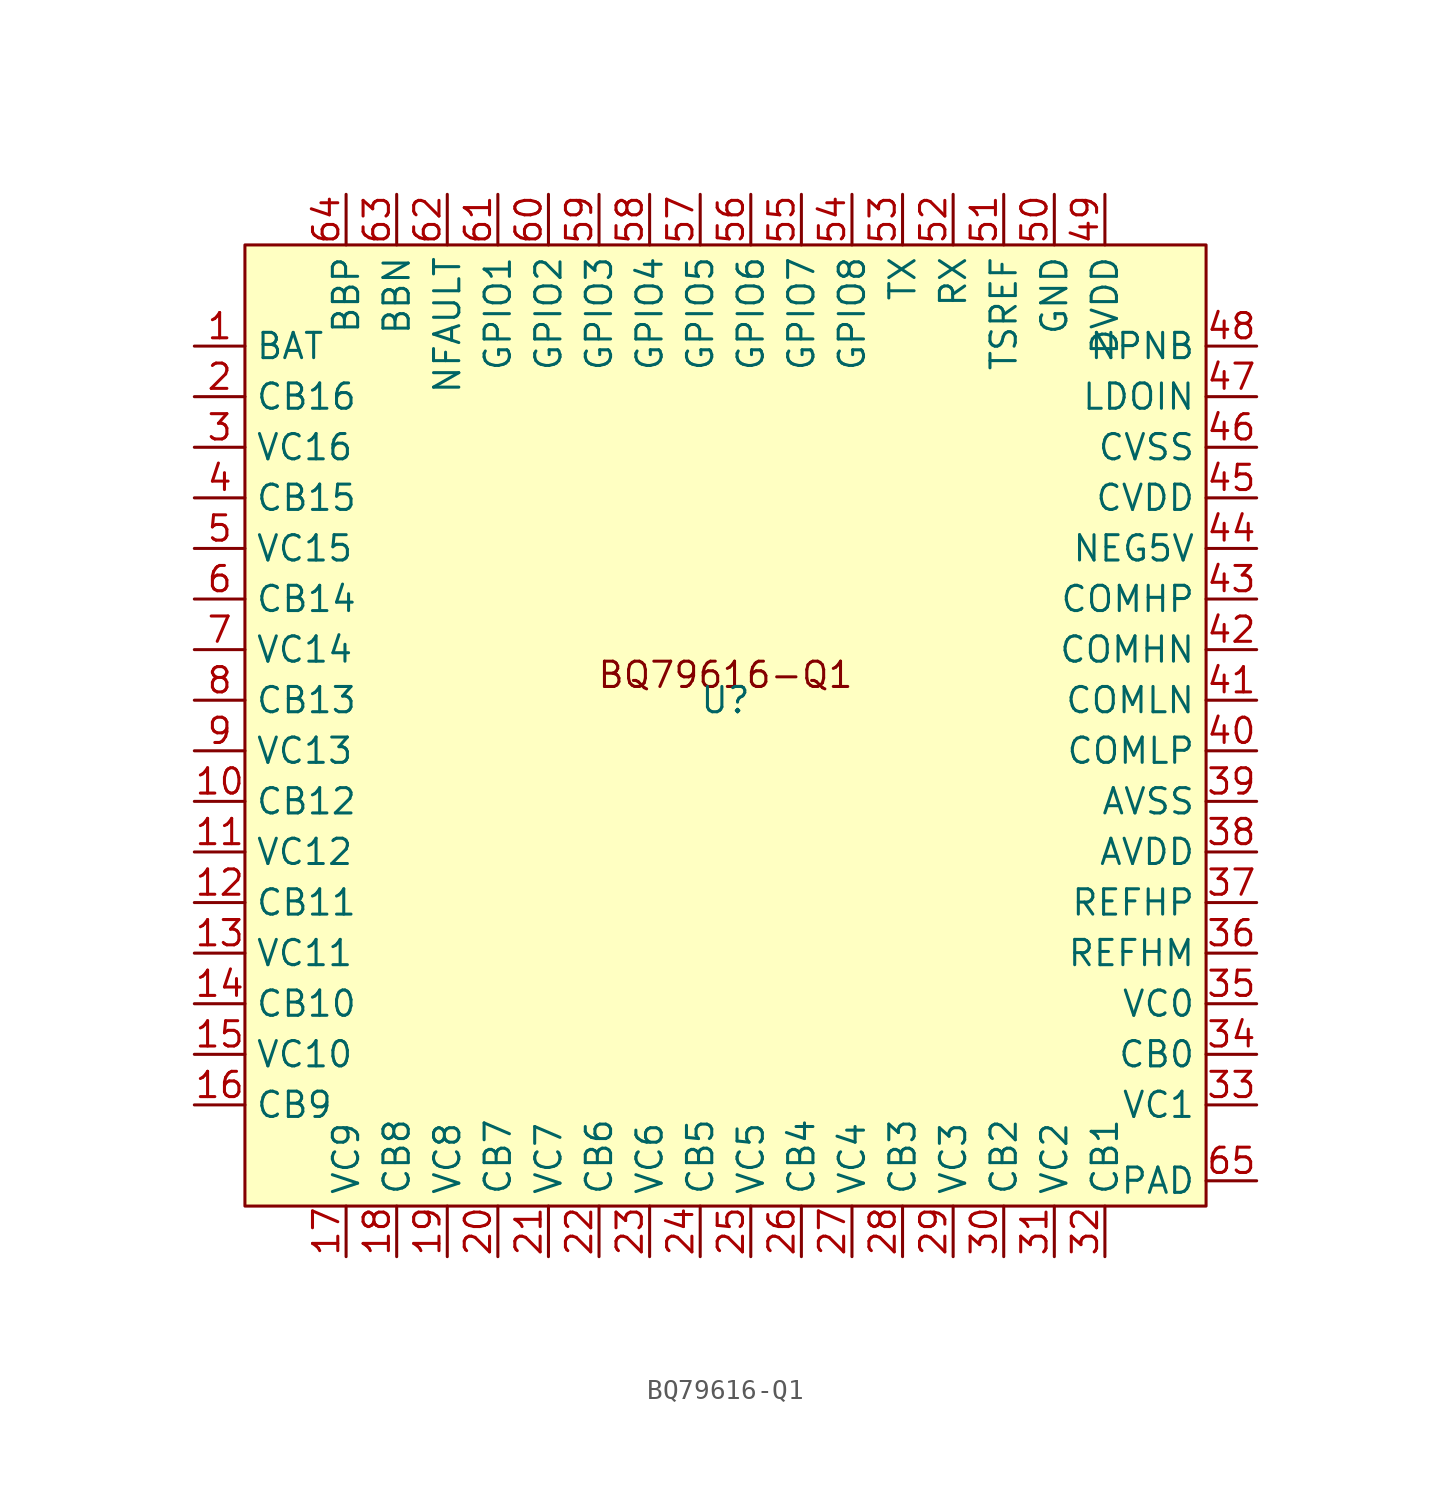
<source format=kicad_sym>
(kicad_symbol_lib
  (version 20220914)
  (generator kicad_symbol_editor)
  (symbol "BQ79616-Q1"
    (property "Reference" "U"
      (at 0 0 0)
      (effects (font (size 1.27 1.27))))
    (property "Value" ""
      (at 0 0 0)
      (effects (font (size 1.27 1.27))))
    (symbol "BQ79616-Q1_1_1"
      (rectangle (start -24.13 22.86) (end 24.13 -25.4) (stroke (width 0) (type default)) (fill (type background)))
      (text "BQ79616-Q1" (at 0 1.27 0) (effects (font (size 1.27 1.27))))
      (pin power_in line (at -26.67 17.78 0) (length 2.54) (name "BAT" (effects (font (size 1.27 1.27)))) (number "1" (effects (font (size 1.27 1.27)))))
      (pin bidirectional line (at -26.67 -5.08 0) (length 2.54) (name "CB12" (effects (font (size 1.27 1.27)))) (number "10" (effects (font (size 1.27 1.27)))))
      (pin input line (at -26.67 -7.62 0) (length 2.54) (name "VC12" (effects (font (size 1.27 1.27)))) (number "11" (effects (font (size 1.27 1.27)))))
      (pin bidirectional line (at -26.67 -10.16 0) (length 2.54) (name "CB11" (effects (font (size 1.27 1.27)))) (number "12" (effects (font (size 1.27 1.27)))))
      (pin input line (at -26.67 -12.7 0) (length 2.54) (name "VC11" (effects (font (size 1.27 1.27)))) (number "13" (effects (font (size 1.27 1.27)))))
      (pin bidirectional line (at -26.67 -15.24 0) (length 2.54) (name "CB10" (effects (font (size 1.27 1.27)))) (number "14" (effects (font (size 1.27 1.27)))))
      (pin input line (at -26.67 -17.78 0) (length 2.54) (name "VC10" (effects (font (size 1.27 1.27)))) (number "15" (effects (font (size 1.27 1.27)))))
      (pin bidirectional line (at -26.67 -20.32 0) (length 2.54) (name "CB9" (effects (font (size 1.27 1.27)))) (number "16" (effects (font (size 1.27 1.27)))))
      (pin input line (at -19.05 -27.94 90) (length 2.54) (name "VC9" (effects (font (size 1.27 1.27)))) (number "17" (effects (font (size 1.27 1.27)))))
      (pin bidirectional line (at -16.51 -27.94 90) (length 2.54) (name "CB8" (effects (font (size 1.27 1.27)))) (number "18" (effects (font (size 1.27 1.27)))))
      (pin input line (at -13.97 -27.94 90) (length 2.54) (name "VC8" (effects (font (size 1.27 1.27)))) (number "19" (effects (font (size 1.27 1.27)))))
      (pin bidirectional line (at -26.67 15.24 0) (length 2.54) (name "CB16" (effects (font (size 1.27 1.27)))) (number "2" (effects (font (size 1.27 1.27)))))
      (pin bidirectional line (at -11.43 -27.94 90) (length 2.54) (name "CB7" (effects (font (size 1.27 1.27)))) (number "20" (effects (font (size 1.27 1.27)))))
      (pin input line (at -8.89 -27.94 90) (length 2.54) (name "VC7" (effects (font (size 1.27 1.27)))) (number "21" (effects (font (size 1.27 1.27)))))
      (pin bidirectional line (at -6.35 -27.94 90) (length 2.54) (name "CB6" (effects (font (size 1.27 1.27)))) (number "22" (effects (font (size 1.27 1.27)))))
      (pin input line (at -3.81 -27.94 90) (length 2.54) (name "VC6" (effects (font (size 1.27 1.27)))) (number "23" (effects (font (size 1.27 1.27)))))
      (pin bidirectional line (at -1.27 -27.94 90) (length 2.54) (name "CB5" (effects (font (size 1.27 1.27)))) (number "24" (effects (font (size 1.27 1.27)))))
      (pin input line (at 1.27 -27.94 90) (length 2.54) (name "VC5" (effects (font (size 1.27 1.27)))) (number "25" (effects (font (size 1.27 1.27)))))
      (pin bidirectional line (at 3.81 -27.94 90) (length 2.54) (name "CB4" (effects (font (size 1.27 1.27)))) (number "26" (effects (font (size 1.27 1.27)))))
      (pin input line (at 6.35 -27.94 90) (length 2.54) (name "VC4" (effects (font (size 1.27 1.27)))) (number "27" (effects (font (size 1.27 1.27)))))
      (pin bidirectional line (at 8.89 -27.94 90) (length 2.54) (name "CB3" (effects (font (size 1.27 1.27)))) (number "28" (effects (font (size 1.27 1.27)))))
      (pin input line (at 11.43 -27.94 90) (length 2.54) (name "VC3" (effects (font (size 1.27 1.27)))) (number "29" (effects (font (size 1.27 1.27)))))
      (pin input line (at -26.67 12.7 0) (length 2.54) (name "VC16" (effects (font (size 1.27 1.27)))) (number "3" (effects (font (size 1.27 1.27)))))
      (pin bidirectional line (at 13.97 -27.94 90) (length 2.54) (name "CB2" (effects (font (size 1.27 1.27)))) (number "30" (effects (font (size 1.27 1.27)))))
      (pin input line (at 16.51 -27.94 90) (length 2.54) (name "VC2" (effects (font (size 1.27 1.27)))) (number "31" (effects (font (size 1.27 1.27)))))
      (pin bidirectional line (at 19.05 -27.94 90) (length 2.54) (name "CB1" (effects (font (size 1.27 1.27)))) (number "32" (effects (font (size 1.27 1.27)))))
      (pin input line (at 26.67 -20.32 180) (length 2.54) (name "VC1" (effects (font (size 1.27 1.27)))) (number "33" (effects (font (size 1.27 1.27)))))
      (pin bidirectional line (at 26.67 -17.78 180) (length 2.54) (name "CB0" (effects (font (size 1.27 1.27)))) (number "34" (effects (font (size 1.27 1.27)))))
      (pin input line (at 26.67 -15.24 180) (length 2.54) (name "VC0" (effects (font (size 1.27 1.27)))) (number "35" (effects (font (size 1.27 1.27)))))
      (pin power_out line (at 26.67 -12.7 180) (length 2.54) (name "REFHM" (effects (font (size 1.27 1.27)))) (number "36" (effects (font (size 1.27 1.27)))))
      (pin power_out line (at 26.67 -10.16 180) (length 2.54) (name "REFHP" (effects (font (size 1.27 1.27)))) (number "37" (effects (font (size 1.27 1.27)))))
      (pin power_out line (at 26.67 -7.62 180) (length 2.54) (name "AVDD" (effects (font (size 1.27 1.27)))) (number "38" (effects (font (size 1.27 1.27)))))
      (pin power_out line (at 26.67 -5.08 180) (length 2.54) (name "AVSS" (effects (font (size 1.27 1.27)))) (number "39" (effects (font (size 1.27 1.27)))))
      (pin bidirectional line (at -26.67 10.16 0) (length 2.54) (name "CB15" (effects (font (size 1.27 1.27)))) (number "4" (effects (font (size 1.27 1.27)))))
      (pin bidirectional line (at 26.67 -2.54 180) (length 2.54) (name "COMLP" (effects (font (size 1.27 1.27)))) (number "40" (effects (font (size 1.27 1.27)))))
      (pin bidirectional line (at 26.67 0 180) (length 2.54) (name "COMLN" (effects (font (size 1.27 1.27)))) (number "41" (effects (font (size 1.27 1.27)))))
      (pin bidirectional line (at 26.67 2.54 180) (length 2.54) (name "COMHN" (effects (font (size 1.27 1.27)))) (number "42" (effects (font (size 1.27 1.27)))))
      (pin bidirectional line (at 26.67 5.08 180) (length 2.54) (name "COMHP" (effects (font (size 1.27 1.27)))) (number "43" (effects (font (size 1.27 1.27)))))
      (pin power_out line (at 26.67 7.62 180) (length 2.54) (name "NEG5V" (effects (font (size 1.27 1.27)))) (number "44" (effects (font (size 1.27 1.27)))))
      (pin power_out line (at 26.67 10.16 180) (length 2.54) (name "CVDD" (effects (font (size 1.27 1.27)))) (number "45" (effects (font (size 1.27 1.27)))))
      (pin power_out line (at 26.67 12.7 180) (length 2.54) (name "CVSS" (effects (font (size 1.27 1.27)))) (number "46" (effects (font (size 1.27 1.27)))))
      (pin power_out line (at 26.67 15.24 180) (length 2.54) (name "LDOIN" (effects (font (size 1.27 1.27)))) (number "47" (effects (font (size 1.27 1.27)))))
      (pin power_out line (at 26.67 17.78 180) (length 2.54) (name "NPNB" (effects (font (size 1.27 1.27)))) (number "48" (effects (font (size 1.27 1.27)))))
      (pin power_out line (at 19.05 25.4 270) (length 2.54) (name "DVDD" (effects (font (size 1.27 1.27)))) (number "49" (effects (font (size 1.27 1.27)))))
      (pin input line (at -26.67 7.62 0) (length 2.54) (name "VC15" (effects (font (size 1.27 1.27)))) (number "5" (effects (font (size 1.27 1.27)))))
      (pin power_out line (at 16.51 25.4 270) (length 2.54) (name "GND" (effects (font (size 1.27 1.27)))) (number "50" (effects (font (size 1.27 1.27)))))
      (pin power_out line (at 13.97 25.4 270) (length 2.54) (name "TSREF" (effects (font (size 1.27 1.27)))) (number "51" (effects (font (size 1.27 1.27)))))
      (pin input line (at 11.43 25.4 270) (length 2.54) (name "RX" (effects (font (size 1.27 1.27)))) (number "52" (effects (font (size 1.27 1.27)))))
      (pin output line (at 8.89 25.4 270) (length 2.54) (name "TX" (effects (font (size 1.27 1.27)))) (number "53" (effects (font (size 1.27 1.27)))))
      (pin bidirectional line (at 6.35 25.4 270) (length 2.54) (name "GPIO8" (effects (font (size 1.27 1.27)))) (number "54" (effects (font (size 1.27 1.27)))))
      (pin bidirectional line (at 3.81 25.4 270) (length 2.54) (name "GPIO7" (effects (font (size 1.27 1.27)))) (number "55" (effects (font (size 1.27 1.27)))))
      (pin bidirectional line (at 1.27 25.4 270) (length 2.54) (name "GPIO6" (effects (font (size 1.27 1.27)))) (number "56" (effects (font (size 1.27 1.27)))))
      (pin bidirectional line (at -1.27 25.4 270) (length 2.54) (name "GPIO5" (effects (font (size 1.27 1.27)))) (number "57" (effects (font (size 1.27 1.27)))))
      (pin bidirectional line (at -3.81 25.4 270) (length 2.54) (name "GPIO4" (effects (font (size 1.27 1.27)))) (number "58" (effects (font (size 1.27 1.27)))))
      (pin bidirectional line (at -6.35 25.4 270) (length 2.54) (name "GPIO3" (effects (font (size 1.27 1.27)))) (number "59" (effects (font (size 1.27 1.27)))))
      (pin bidirectional line (at -26.67 5.08 0) (length 2.54) (name "CB14" (effects (font (size 1.27 1.27)))) (number "6" (effects (font (size 1.27 1.27)))))
      (pin bidirectional line (at -8.89 25.4 270) (length 2.54) (name "GPIO2" (effects (font (size 1.27 1.27)))) (number "60" (effects (font (size 1.27 1.27)))))
      (pin bidirectional line (at -11.43 25.4 270) (length 2.54) (name "GPIO1" (effects (font (size 1.27 1.27)))) (number "61" (effects (font (size 1.27 1.27)))))
      (pin output line (at -13.97 25.4 270) (length 2.54) (name "NFAULT" (effects (font (size 1.27 1.27)))) (number "62" (effects (font (size 1.27 1.27)))))
      (pin input line (at -16.51 25.4 270) (length 2.54) (name "BBN" (effects (font (size 1.27 1.27)))) (number "63" (effects (font (size 1.27 1.27)))))
      (pin input line (at -19.05 25.4 270) (length 2.54) (name "BBP" (effects (font (size 1.27 1.27)))) (number "64" (effects (font (size 1.27 1.27)))))
      (pin power_out line (at 26.67 -24.13 180) (length 2.54) (name "PAD" (effects (font (size 1.27 1.27)))) (number "65" (effects (font (size 1.27 1.27)))))
      (pin input line (at -26.67 2.54 0) (length 2.54) (name "VC14" (effects (font (size 1.27 1.27)))) (number "7" (effects (font (size 1.27 1.27)))))
      (pin bidirectional line (at -26.67 0 0) (length 2.54) (name "CB13" (effects (font (size 1.27 1.27)))) (number "8" (effects (font (size 1.27 1.27)))))
      (pin input line (at -26.67 -2.54 0) (length 2.54) (name "VC13" (effects (font (size 1.27 1.27)))) (number "9" (effects (font (size 1.27 1.27))))))))
</source>
